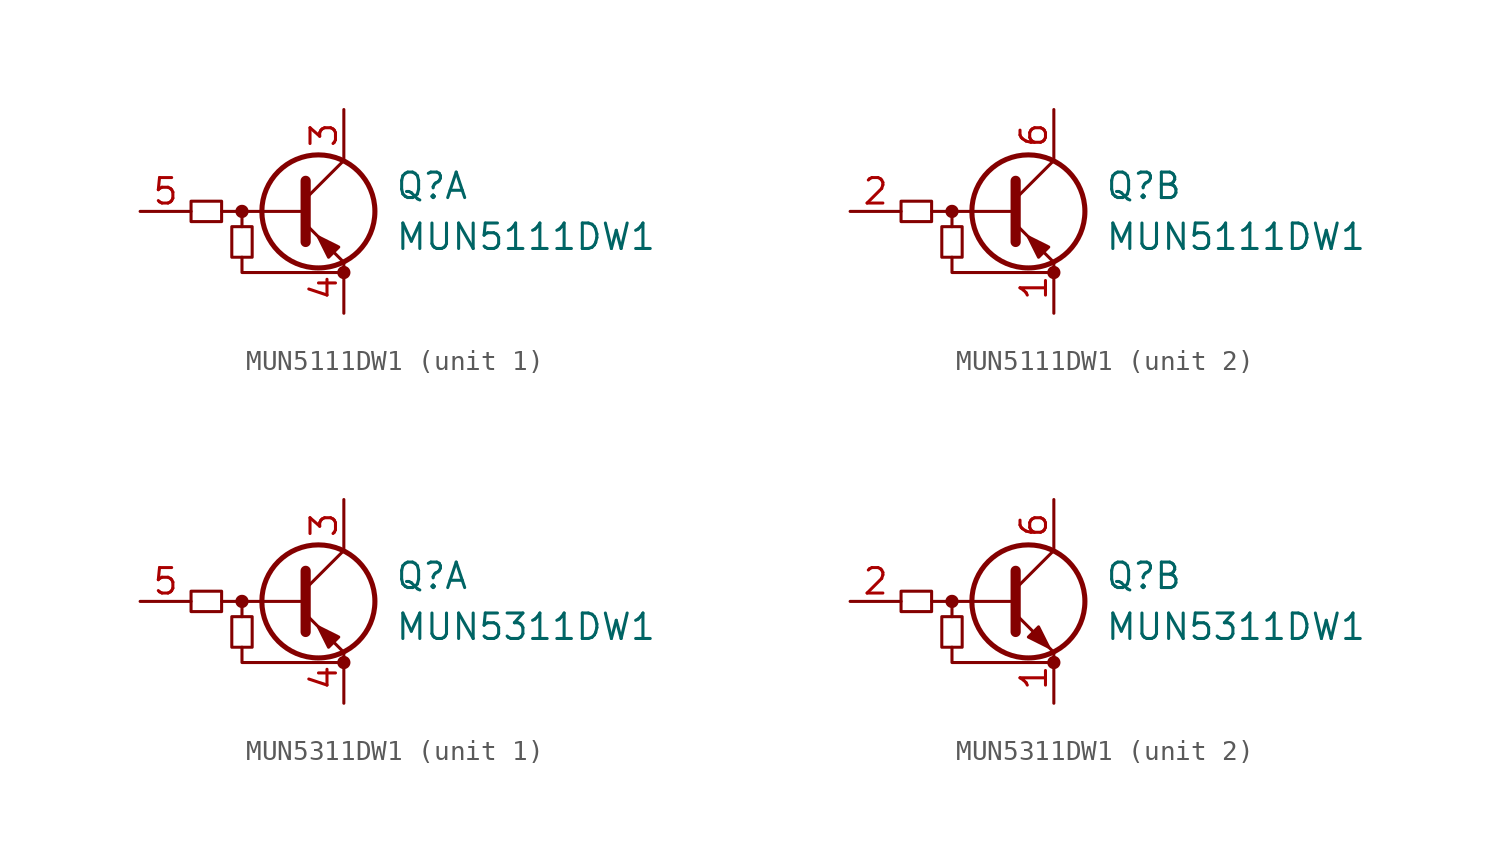
<source format=kicad_sym>
(kicad_symbol_lib
  (version 20231120)
  (generator "kicad_symbol_editor")
  (generator_version "8.0")
  (symbol "MUN5111DW1"
    (pin_names hide)
    (property "Reference" "Q"
      (at 5.08 1.27 0)
      (effects (font (size 1.27 1.27)) (justify left)))
    (property "Value" "MUN5111DW1"
      (at 5.08 -1.27 0)
      (effects (font (size 1.27 1.27)) (justify left)))
    (symbol "MUN5111DW1_0_1"
      (rectangle (start -5.08 0.508) (end -3.556 -0.508) (stroke (width 0) (type default)) (fill (type none)))
      (rectangle (start -3.048 -2.286) (end -2.032 -0.762) (stroke (width 0) (type default)) (fill (type none)))
      (circle (center -2.54 0) (radius 0.254) (stroke (width 0) (type default)) (fill (type outline)))
      (polyline (pts (xy -2.54 -0.762) (xy -2.54 0)) (stroke (width 0) (type default)) (fill (type none)))
      (polyline (pts (xy 0.508 0) (xy -3.556 0)) (stroke (width 0) (type default)) (fill (type none)))
      (polyline (pts (xy 0.635 1.524) (xy 0.635 -1.524)) (stroke (width 0.508) (type default)) (fill (type none)))
      (polyline (pts (xy -2.54 -2.286) (xy -2.54 -3.048) (xy 2.54 -3.048)) (stroke (width 0) (type default)) (fill (type none)))
      (circle (center 2.54 -3.048) (radius 0.254) (stroke (width 0) (type default)) (fill (type outline))))
    (symbol "MUN5111DW1_1_1"
      (polyline (pts (xy 0.635 -0.635) (xy 2.54 -2.54)) (stroke (width 0) (type default)) (fill (type none)))
      (polyline (pts (xy 0.635 0.635) (xy 2.54 2.54)) (stroke (width 0) (type default)) (fill (type none)))
      (polyline (pts (xy 2.286 -1.778) (xy 1.778 -2.286) (xy 1.27 -1.27) (xy 2.286 -1.778)) (stroke (width 0) (type default)) (fill (type outline)))
      (circle (center 1.27 0) (radius 2.819) (stroke (width 0.254) (type default)) (fill (type none)))
      (pin passive line (at 2.54 5.08 270) (length 2.54) (name "C1" (effects (font (size 1.27 1.27)))) (number "3" (effects (font (size 1.27 1.27)))))
      (pin passive line (at 2.54 -5.08 90) (length 2.54) (name "E1" (effects (font (size 1.27 1.27)))) (number "4" (effects (font (size 1.27 1.27)))))
      (pin input line (at -7.62 0 0) (length 2.54) (name "B1" (effects (font (size 1.27 1.27)))) (number "5" (effects (font (size 1.27 1.27))))))
    (symbol "MUN5111DW1_2_1"
      (polyline (pts (xy 0.635 -0.635) (xy 2.54 -2.54)) (stroke (width 0) (type default)) (fill (type none)))
      (polyline (pts (xy 0.635 0.635) (xy 2.54 2.54)) (stroke (width 0) (type default)) (fill (type none)))
      (polyline (pts (xy 2.286 -1.778) (xy 1.778 -2.286) (xy 1.27 -1.27) (xy 2.286 -1.778)) (stroke (width 0) (type default)) (fill (type outline)))
      (circle (center 1.27 0) (radius 2.819) (stroke (width 0.254) (type default)) (fill (type none)))
      (pin passive line (at 2.54 -5.08 90) (length 2.54) (name "E2" (effects (font (size 1.27 1.27)))) (number "1" (effects (font (size 1.27 1.27)))))
      (pin input line (at -7.62 0 0) (length 2.54) (name "B2" (effects (font (size 1.27 1.27)))) (number "2" (effects (font (size 1.27 1.27)))))
      (pin passive line (at 2.54 5.08 270) (length 2.54) (name "C2" (effects (font (size 1.27 1.27)))) (number "6" (effects (font (size 1.27 1.27)))))))
  (symbol "MUN5311DW1"
    (pin_names hide)
    (property "Reference" "Q"
      (at 5.08 1.27 0)
      (effects (font (size 1.27 1.27)) (justify left)))
    (property "Value" "MUN5311DW1"
      (at 5.08 -1.27 0)
      (effects (font (size 1.27 1.27)) (justify left)))
    (symbol "MUN5311DW1_0_1"
      (rectangle (start -5.08 0.508) (end -3.556 -0.508) (stroke (width 0) (type default)) (fill (type none)))
      (rectangle (start -3.048 -2.286) (end -2.032 -0.762) (stroke (width 0) (type default)) (fill (type none)))
      (circle (center -2.54 0) (radius 0.254) (stroke (width 0) (type default)) (fill (type outline)))
      (polyline (pts (xy -2.54 -0.762) (xy -2.54 0)) (stroke (width 0) (type default)) (fill (type none)))
      (polyline (pts (xy 0.508 0) (xy -3.556 0)) (stroke (width 0) (type default)) (fill (type none)))
      (polyline (pts (xy 0.635 1.524) (xy 0.635 -1.524)) (stroke (width 0.508) (type default)) (fill (type none)))
      (polyline (pts (xy -2.54 -2.286) (xy -2.54 -3.048) (xy 2.54 -3.048)) (stroke (width 0) (type default)) (fill (type none)))
      (circle (center 2.54 -3.048) (radius 0.254) (stroke (width 0) (type default)) (fill (type outline))))
    (symbol "MUN5311DW1_1_1"
      (polyline (pts (xy 0.635 -0.635) (xy 2.54 -2.54)) (stroke (width 0) (type default)) (fill (type none)))
      (polyline (pts (xy 0.635 0.635) (xy 2.54 2.54)) (stroke (width 0) (type default)) (fill (type none)))
      (polyline (pts (xy 2.286 -1.778) (xy 1.778 -2.286) (xy 1.27 -1.27) (xy 2.286 -1.778)) (stroke (width 0) (type default)) (fill (type outline)))
      (circle (center 1.27 0) (radius 2.819) (stroke (width 0.254) (type default)) (fill (type none)))
      (pin passive line (at 2.54 5.08 270) (length 2.54) (name "C1" (effects (font (size 1.27 1.27)))) (number "3" (effects (font (size 1.27 1.27)))))
      (pin passive line (at 2.54 -5.08 90) (length 2.54) (name "E1" (effects (font (size 1.27 1.27)))) (number "4" (effects (font (size 1.27 1.27)))))
      (pin input line (at -7.62 0 0) (length 2.54) (name "B1" (effects (font (size 1.27 1.27)))) (number "5" (effects (font (size 1.27 1.27))))))
    (symbol "MUN5311DW1_2_1"
      (polyline (pts (xy 0.635 -0.635) (xy 2.54 -2.54)) (stroke (width 0) (type default)) (fill (type none)))
      (polyline (pts (xy 0.635 0.635) (xy 2.54 2.54)) (stroke (width 0) (type default)) (fill (type none)))
      (polyline (pts (xy 1.27 -1.778) (xy 1.778 -1.27) (xy 2.286 -2.286) (xy 1.27 -1.778)) (stroke (width 0) (type default)) (fill (type outline)))
      (circle (center 1.27 0) (radius 2.819) (stroke (width 0.254) (type default)) (fill (type none)))
      (pin passive line (at 2.54 -5.08 90) (length 2.54) (name "E2" (effects (font (size 1.27 1.27)))) (number "1" (effects (font (size 1.27 1.27)))))
      (pin input line (at -7.62 0 0) (length 2.54) (name "B2" (effects (font (size 1.27 1.27)))) (number "2" (effects (font (size 1.27 1.27)))))
      (pin passive line (at 2.54 5.08 270) (length 2.54) (name "C2" (effects (font (size 1.27 1.27)))) (number "6" (effects (font (size 1.27 1.27))))))))
</source>
